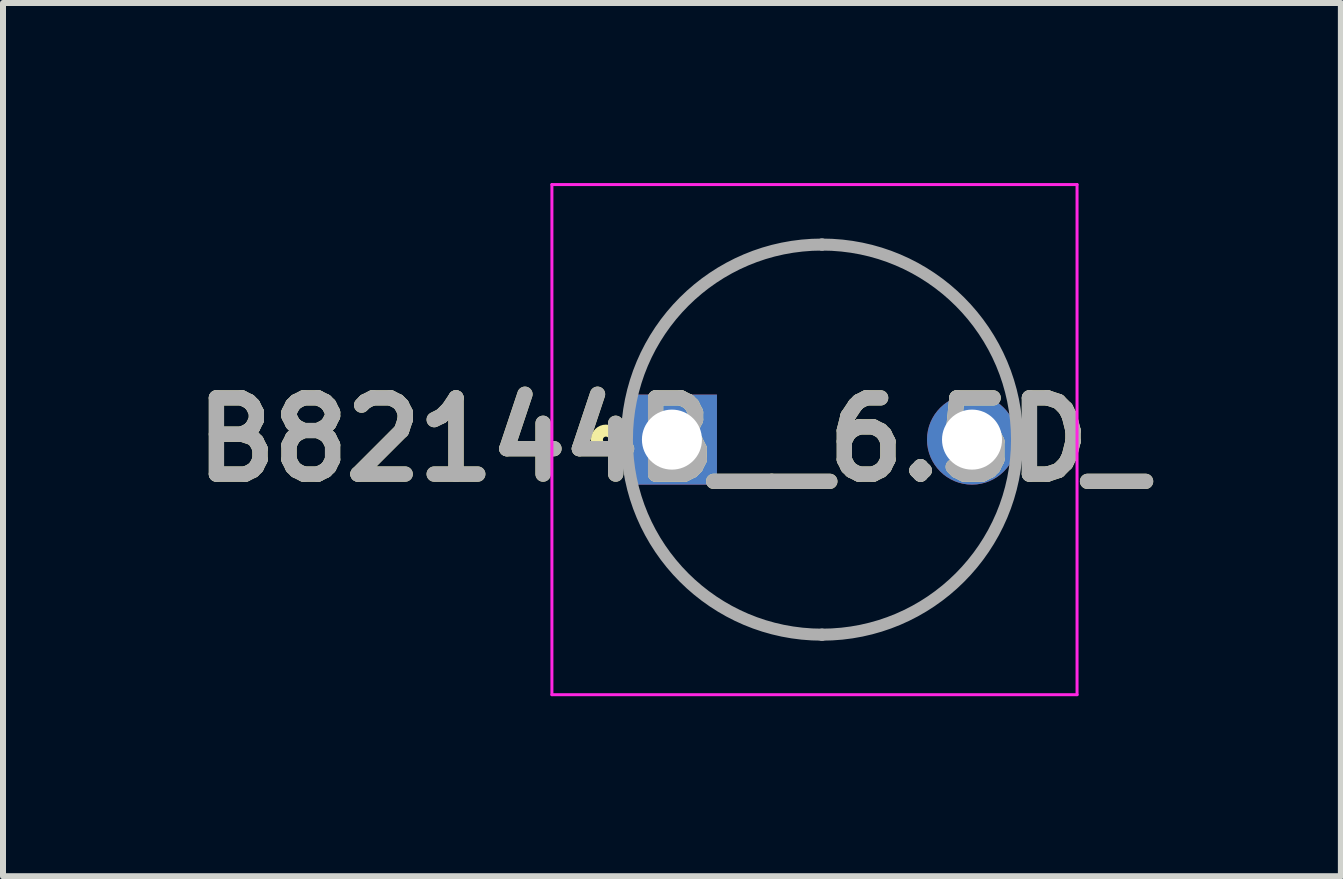
<source format=kicad_pcb>
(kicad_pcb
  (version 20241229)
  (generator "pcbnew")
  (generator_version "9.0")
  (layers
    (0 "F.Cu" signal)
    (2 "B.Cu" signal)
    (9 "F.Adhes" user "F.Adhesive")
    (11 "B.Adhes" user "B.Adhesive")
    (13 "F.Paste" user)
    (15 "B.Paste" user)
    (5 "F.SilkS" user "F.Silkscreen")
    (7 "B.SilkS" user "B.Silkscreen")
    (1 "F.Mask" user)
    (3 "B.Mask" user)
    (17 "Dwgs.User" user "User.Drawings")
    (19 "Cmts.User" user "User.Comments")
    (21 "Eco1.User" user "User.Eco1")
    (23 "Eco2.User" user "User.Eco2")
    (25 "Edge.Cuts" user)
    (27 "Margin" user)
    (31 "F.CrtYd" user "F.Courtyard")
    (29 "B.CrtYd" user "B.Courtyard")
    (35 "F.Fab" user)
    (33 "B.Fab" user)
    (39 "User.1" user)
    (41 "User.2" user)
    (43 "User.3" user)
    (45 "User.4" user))
  (footprint "B82144B__6.5D_"
    (layer "F.Cu")
    (at 8.146 4.275)
    (property "Reference" "B82144B__6.5D_" (at 0 0 0) (layer "F.SilkS") (effects (font (size 1.27 1.27) (thickness 0.254))))
    (attr through_hole)
    (fp_circle (center -1.1 0) (end -1.1 0.05) (stroke (width 0.2) (type solid)) (fill no) (layer "F.SilkS"))
    (fp_line (start -2 -4.25) (end 6.75 -4.25) (stroke (width 0.05) (type solid)) (layer "F.CrtYd"))
    (fp_line (start -2 4.25) (end -2 -4.25) (stroke (width 0.05) (type solid)) (layer "F.CrtYd"))
    (fp_line (start 6.75 -4.25) (end 6.75 4.25) (stroke (width 0.05) (type solid)) (layer "F.CrtYd"))
    (fp_line (start 6.75 4.25) (end -2 4.25) (stroke (width 0.05) (type solid)) (layer "F.CrtYd"))
    (fp_line (start 2.5 -3.25) (end 2.5 -3.25) (stroke (width 0.2) (type solid)) (layer "F.Fab"))
    (fp_line (start 2.5 3.25) (end 2.5 3.25) (stroke (width 0.2) (type solid)) (layer "F.Fab"))
    (fp_arc (start 2.5 -3.25) (mid 5.75 0) (end 2.5 3.25) (stroke (width 0.2) (type solid)) (layer "F.Fab"))
    (fp_arc (start 2.5 3.25) (mid -0.75 0) (end 2.5 -3.25) (stroke (width 0.2) (type solid)) (layer "F.Fab"))
    (fp_text user "${REFERENCE}" (at 0 0 0) (layer "F.Fab") (effects (font (size 1.27 1.27) (thickness 0.254))))
    (pad "1" thru_hole rect (at 0 0) (size 1.5 1.5) (drill 1) (layers "*.Cu" "*.Mask"))
    (pad "2" thru_hole circle (at 5 0) (size 1.5 1.5) (drill 1) (layers "*.Cu" "*.Mask")))
  (gr_rect
    (start -3 -3)
    (end 19.292 11.55)
    (stroke (width 0.1) (type default))
    (fill no)
    (layer "Edge.Cuts")))
</source>
